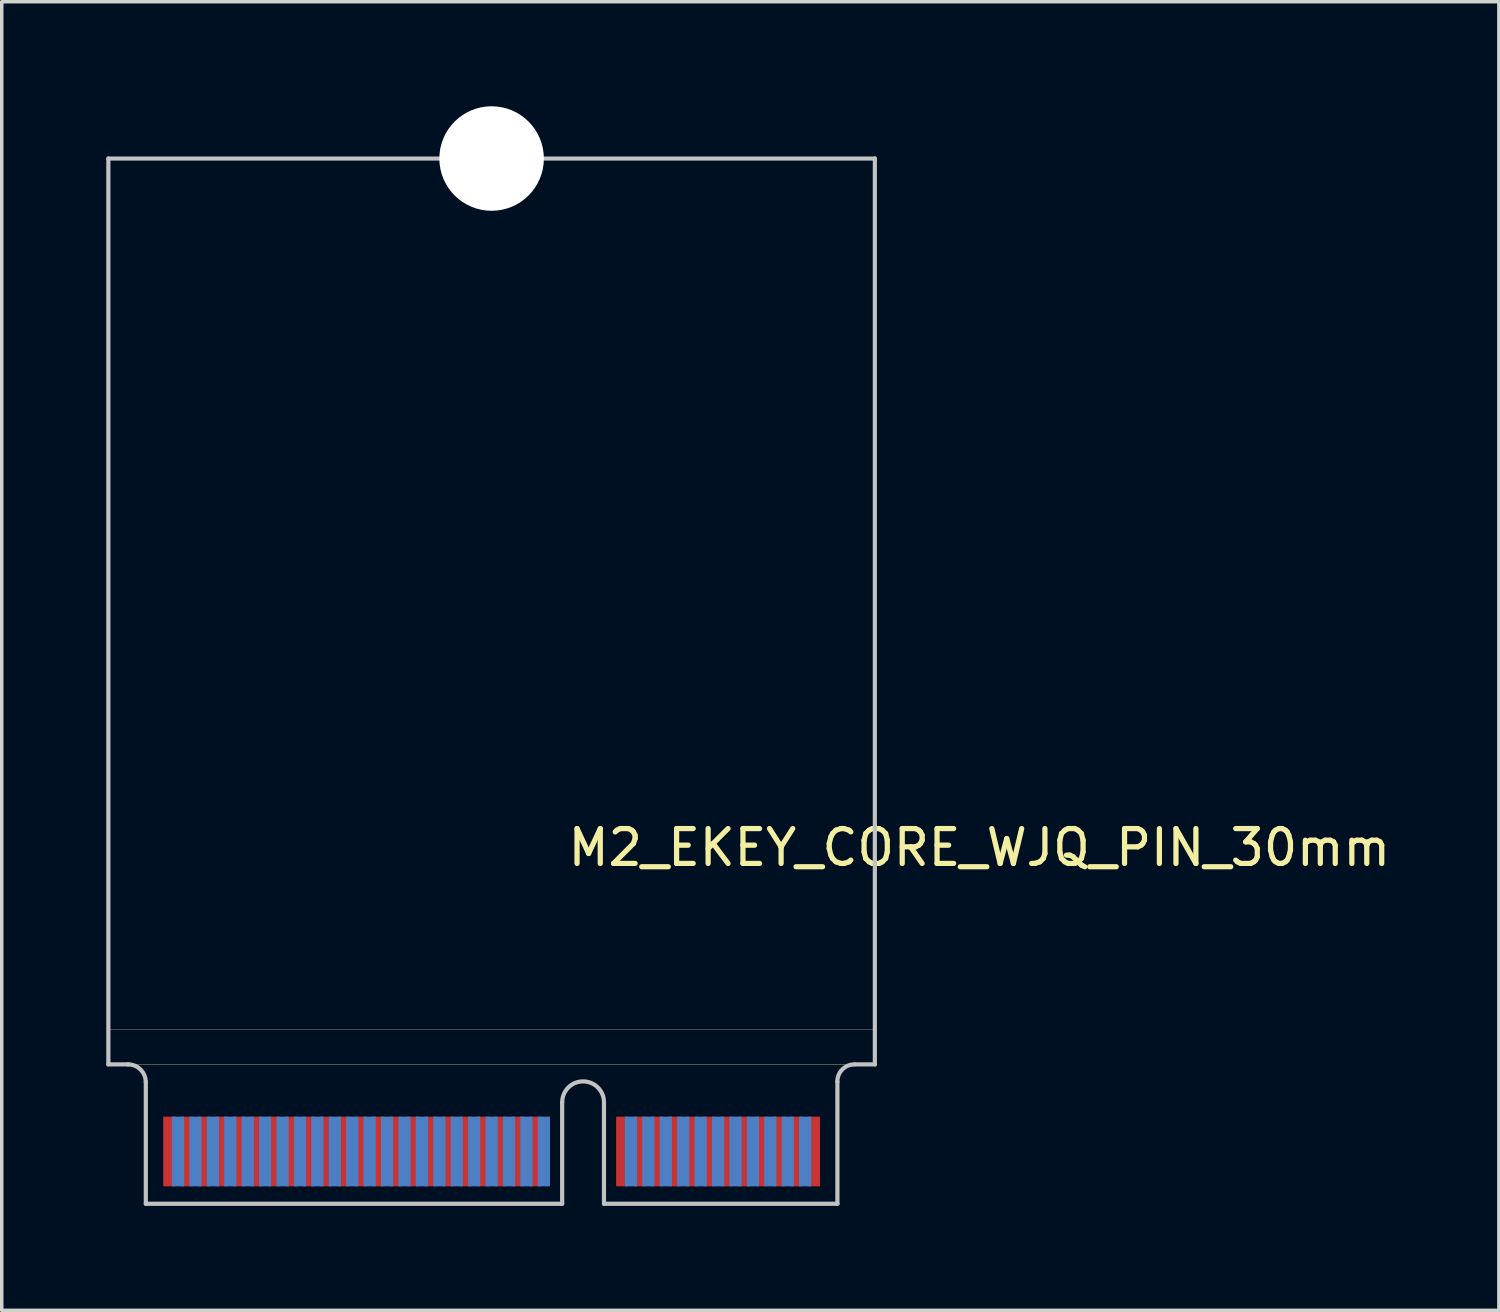
<source format=kicad_pcb>
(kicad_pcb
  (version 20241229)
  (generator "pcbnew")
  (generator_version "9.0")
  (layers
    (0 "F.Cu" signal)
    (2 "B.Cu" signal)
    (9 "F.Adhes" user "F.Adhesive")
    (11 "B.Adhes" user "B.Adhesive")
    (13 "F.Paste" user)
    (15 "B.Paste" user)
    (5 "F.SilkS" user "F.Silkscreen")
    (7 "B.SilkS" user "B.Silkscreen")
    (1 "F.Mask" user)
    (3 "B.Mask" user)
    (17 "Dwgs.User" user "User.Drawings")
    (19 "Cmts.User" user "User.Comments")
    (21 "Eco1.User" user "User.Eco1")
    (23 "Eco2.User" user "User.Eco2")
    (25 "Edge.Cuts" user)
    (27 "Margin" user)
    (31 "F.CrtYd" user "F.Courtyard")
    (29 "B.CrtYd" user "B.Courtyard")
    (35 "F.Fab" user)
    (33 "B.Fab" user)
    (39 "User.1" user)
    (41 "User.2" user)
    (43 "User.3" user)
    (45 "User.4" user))
  (footprint "M2_EKEY_CORE_WJQ_PIN_30mm"
    (layer "F.Cu")
    (at 25.06 27.5)
    (property "Reference" "M2_EKEY_CORE_WJQ_PIN_30mm" (at 0 -6.223 0) (layer "F.SilkS") (effects (font (size 1 1) (thickness 0.15))))
    (attr through_hole)
    (fp_line (start -3 0) (end -25 0) (stroke (width 0.01) (type solid)) (layer "F.SilkS"))
    (fp_line (start -3 -1) (end -25 -1) (stroke (width 0.01) (type solid)) (layer "B.SilkS"))
    (fp_line (start -25 -26) (end -3 -26) (stroke (width 0.12) (type solid)) (layer "Dwgs.User"))
    (fp_line (start -25 0) (end -25 -26) (stroke (width 0.12) (type solid)) (layer "Dwgs.User"))
    (fp_line (start -25 0) (end -24.425 0) (stroke (width 0.12) (type solid)) (layer "Dwgs.User"))
    (fp_line (start -23.925 0.5) (end -23.925 4) (stroke (width 0.12) (type solid)) (layer "Dwgs.User"))
    (fp_line (start -23.925 4) (end -11.975 4) (stroke (width 0.12) (type solid)) (layer "Dwgs.User"))
    (fp_line (start -11.975 4) (end -11.975 1.1) (stroke (width 0.12) (type solid)) (layer "Dwgs.User"))
    (fp_line (start -10.775 1.1) (end -10.775 4) (stroke (width 0.12) (type solid)) (layer "Dwgs.User"))
    (fp_line (start -10.775 4) (end -4.075 4) (stroke (width 0.12) (type solid)) (layer "Dwgs.User"))
    (fp_line (start -4.075 0.5) (end -4.075 4) (stroke (width 0.12) (type solid)) (layer "Dwgs.User"))
    (fp_line (start -3 0) (end -3.575 0) (stroke (width 0.12) (type solid)) (layer "Dwgs.User"))
    (fp_line (start -3 0) (end -3 -26) (stroke (width 0.12) (type solid)) (layer "Dwgs.User"))
    (fp_arc (start -24.4348 0) (mid -24.07559 0.14879) (end -23.9268 0.508) (stroke (width 0.12) (type solid)) (layer "Dwgs.User"))
    (fp_arc (start -11.97356 1.08712) (mid -11.37412 0.48768) (end -10.77468 1.08712) (stroke (width 0.12) (type solid)) (layer "Dwgs.User"))
    (fp_arc (start -4.076699 0.495381) (mid -3.932407 0.144351) (end -3.581401 0.000001) (stroke (width 0.12) (type solid)) (layer "Dwgs.User"))
    (pad "" np_thru_hole circle (at -14 -26) (size 3 3) (drill 3) (layers "*.Cu" "*.Mask"))
    (pad "E1" smd rect (at -4.75 2.5) (size 0.35 2) (layers "F.Cu" "F.Mask" "F.Paste"))
    (pad "E2" smd rect (at -5 2.5) (size 0.35 2) (layers "B.Cu" "B.Mask" "B.Paste"))
    (pad "E3" smd rect (at -5.25 2.5) (size 0.35 2) (layers "F.Cu" "F.Mask" "F.Paste"))
    (pad "E4" smd rect (at -5.5 2.5) (size 0.35 2) (layers "B.Cu" "B.Mask" "B.Paste"))
    (pad "E5" smd rect (at -5.75 2.5) (size 0.35 2) (layers "F.Cu" "F.Mask" "F.Paste"))
    (pad "E6" smd rect (at -6 2.5) (size 0.35 2) (layers "B.Cu" "B.Mask" "B.Paste"))
    (pad "E7" smd rect (at -6.25 2.5) (size 0.35 2) (layers "F.Cu" "F.Mask" "F.Paste"))
    (pad "E8" smd rect (at -6.5 2.5) (size 0.35 2) (layers "B.Cu" "B.Mask" "B.Paste"))
    (pad "E9" smd rect (at -6.75 2.5) (size 0.35 2) (layers "F.Cu" "F.Mask" "F.Paste"))
    (pad "E10" smd rect (at -7 2.5) (size 0.35 2) (layers "B.Cu" "B.Mask" "B.Paste"))
    (pad "E11" smd rect (at -7.25 2.5) (size 0.35 2) (layers "F.Cu" "F.Mask" "F.Paste"))
    (pad "E12" smd rect (at -7.5 2.5) (size 0.35 2) (layers "B.Cu" "B.Mask" "B.Paste"))
    (pad "E13" smd rect (at -7.75 2.5) (size 0.35 2) (layers "F.Cu" "F.Mask" "F.Paste"))
    (pad "E14" smd rect (at -8 2.5) (size 0.35 2) (layers "B.Cu" "B.Mask" "B.Paste"))
    (pad "E15" smd rect (at -8.25 2.5) (size 0.35 2) (layers "F.Cu" "F.Mask" "F.Paste"))
    (pad "E16" smd rect (at -8.5 2.5) (size 0.35 2) (layers "B.Cu" "B.Mask" "B.Paste"))
    (pad "E17" smd rect (at -8.75 2.5) (size 0.35 2) (layers "F.Cu" "F.Mask" "F.Paste"))
    (pad "E18" smd rect (at -9 2.5) (size 0.35 2) (layers "B.Cu" "B.Mask" "B.Paste"))
    (pad "E19" smd rect (at -9.25 2.5) (size 0.35 2) (layers "F.Cu" "F.Mask" "F.Paste"))
    (pad "E20" smd rect (at -9.5 2.5) (size 0.35 2) (layers "B.Cu" "B.Mask" "B.Paste"))
    (pad "E21" smd rect (at -9.75 2.5) (size 0.35 2) (layers "F.Cu" "F.Mask" "F.Paste"))
    (pad "E22" smd rect (at -10 2.5) (size 0.35 2) (layers "B.Cu" "B.Mask" "B.Paste"))
    (pad "E23" smd rect (at -10.25 2.5) (size 0.35 2) (layers "F.Cu" "F.Mask" "F.Paste"))
    (pad "E32" smd rect (at -12.5 2.5) (size 0.35 2) (layers "B.Cu" "B.Mask" "B.Paste"))
    (pad "E33" smd rect (at -12.75 2.5) (size 0.35 2) (layers "F.Cu" "F.Mask" "F.Paste"))
    (pad "E34" smd rect (at -13 2.5) (size 0.35 2) (layers "B.Cu" "B.Mask" "B.Paste"))
    (pad "E35" smd rect (at -13.25 2.5) (size 0.35 2) (layers "F.Cu" "F.Mask" "F.Paste"))
    (pad "E36" smd rect (at -13.5 2.5) (size 0.35 2) (layers "B.Cu" "B.Mask" "B.Paste"))
    (pad "E37" smd rect (at -13.75 2.5) (size 0.35 2) (layers "F.Cu" "F.Mask" "F.Paste"))
    (pad "E38" smd rect (at -14 2.5) (size 0.35 2) (layers "B.Cu" "B.Mask" "B.Paste"))
    (pad "E39" smd rect (at -14.25 2.5) (size 0.35 2) (layers "F.Cu" "F.Mask" "F.Paste"))
    (pad "E40" smd rect (at -14.5 2.5) (size 0.35 2) (layers "B.Cu" "B.Mask" "B.Paste"))
    (pad "E41" smd rect (at -14.75 2.5) (size 0.35 2) (layers "F.Cu" "F.Mask" "F.Paste"))
    (pad "E42" smd rect (at -15 2.5) (size 0.35 2) (layers "B.Cu" "B.Mask" "B.Paste"))
    (pad "E43" smd rect (at -15.25 2.5) (size 0.35 2) (layers "F.Cu" "F.Mask" "F.Paste"))
    (pad "E44" smd rect (at -15.5 2.5) (size 0.35 2) (layers "B.Cu" "B.Mask" "B.Paste"))
    (pad "E45" smd rect (at -15.75 2.5) (size 0.35 2) (layers "F.Cu" "F.Mask" "F.Paste"))
    (pad "E46" smd rect (at -16 2.5) (size 0.35 2) (layers "B.Cu" "B.Mask" "B.Paste"))
    (pad "E47" smd rect (at -16.25 2.5) (size 0.35 2) (layers "F.Cu" "F.Mask" "F.Paste"))
    (pad "E48" smd rect (at -16.5 2.5) (size 0.35 2) (layers "B.Cu" "B.Mask" "B.Paste"))
    (pad "E49" smd rect (at -16.75 2.5) (size 0.35 2) (layers "F.Cu" "F.Mask" "F.Paste"))
    (pad "E50" smd rect (at -17 2.5) (size 0.35 2) (layers "B.Cu" "B.Mask" "B.Paste"))
    (pad "E51" smd rect (at -17.25 2.5) (size 0.35 2) (layers "F.Cu" "F.Mask" "F.Paste"))
    (pad "E52" smd rect (at -17.5 2.5) (size 0.35 2) (layers "B.Cu" "B.Mask" "B.Paste"))
    (pad "E53" smd rect (at -17.75 2.5) (size 0.35 2) (layers "F.Cu" "F.Mask" "F.Paste"))
    (pad "E54" smd rect (at -18 2.5) (size 0.35 2) (layers "B.Cu" "B.Mask" "B.Paste"))
    (pad "E55" smd rect (at -18.25 2.5) (size 0.35 2) (layers "F.Cu" "F.Mask" "F.Paste"))
    (pad "E56" smd rect (at -18.5 2.5) (size 0.35 2) (layers "B.Cu" "B.Mask" "B.Paste"))
    (pad "E57" smd rect (at -18.75 2.5) (size 0.35 2) (layers "F.Cu" "F.Mask" "F.Paste"))
    (pad "E58" smd rect (at -19 2.5) (size 0.35 2) (layers "B.Cu" "B.Mask" "B.Paste"))
    (pad "E59" smd rect (at -19.25 2.5) (size 0.35 2) (layers "F.Cu" "F.Mask" "F.Paste"))
    (pad "E60" smd rect (at -19.5 2.5) (size 0.35 2) (layers "B.Cu" "B.Mask" "B.Paste"))
    (pad "E61" smd rect (at -19.75 2.5) (size 0.35 2) (layers "F.Cu" "F.Mask" "F.Paste"))
    (pad "E62" smd rect (at -20 2.5) (size 0.35 2) (layers "B.Cu" "B.Mask" "B.Paste"))
    (pad "E63" smd rect (at -20.25 2.5) (size 0.35 2) (layers "F.Cu" "F.Mask" "F.Paste"))
    (pad "E64" smd rect (at -20.5 2.5) (size 0.35 2) (layers "B.Cu" "B.Mask" "B.Paste"))
    (pad "E65" smd rect (at -20.75 2.5) (size 0.35 2) (layers "F.Cu" "F.Mask" "F.Paste"))
    (pad "E66" smd rect (at -21 2.5) (size 0.35 2) (layers "B.Cu" "B.Mask" "B.Paste"))
    (pad "E67" smd rect (at -21.25 2.5) (size 0.35 2) (layers "F.Cu" "F.Mask" "F.Paste"))
    (pad "E68" smd rect (at -21.5 2.5) (size 0.35 2) (layers "B.Cu" "B.Mask" "B.Paste"))
    (pad "E69" smd rect (at -21.75 2.5) (size 0.35 2) (layers "F.Cu" "F.Mask" "F.Paste"))
    (pad "E70" smd rect (at -22 2.5) (size 0.35 2) (layers "B.Cu" "B.Mask" "B.Paste"))
    (pad "E71" smd rect (at -22.25 2.5) (size 0.35 2) (layers "F.Cu" "F.Mask" "F.Paste"))
    (pad "E72" smd rect (at -22.5 2.5) (size 0.35 2) (layers "B.Cu" "B.Mask" "B.Paste"))
    (pad "E73" smd rect (at -22.75 2.5) (size 0.35 2) (layers "F.Cu" "F.Mask" "F.Paste"))
    (pad "E74" smd rect (at -23 2.5) (size 0.35 2) (layers "B.Cu" "B.Mask" "B.Paste"))
    (pad "E75" smd rect (at -23.25 2.5) (size 0.35 2) (layers "F.Cu" "F.Mask" "F.Paste")))
  (gr_rect
    (start -3 -3)
    (end 39.971 34.56)
    (stroke (width 0.1) (type default))
    (fill no)
    (layer "Edge.Cuts")))
</source>
